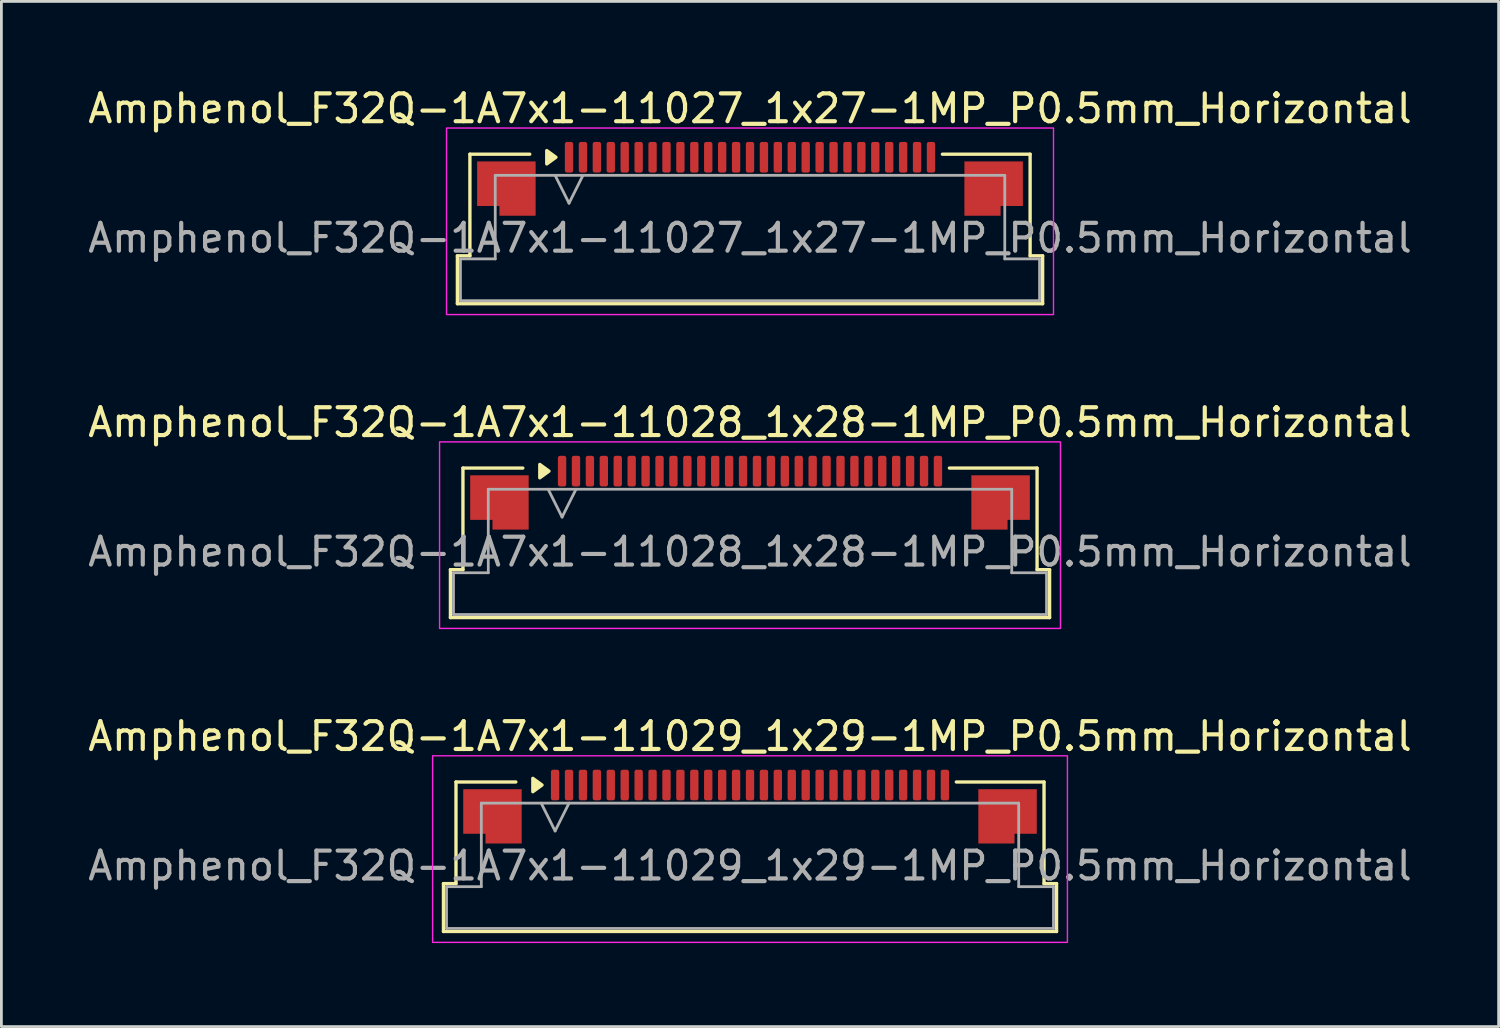
<source format=kicad_pcb>
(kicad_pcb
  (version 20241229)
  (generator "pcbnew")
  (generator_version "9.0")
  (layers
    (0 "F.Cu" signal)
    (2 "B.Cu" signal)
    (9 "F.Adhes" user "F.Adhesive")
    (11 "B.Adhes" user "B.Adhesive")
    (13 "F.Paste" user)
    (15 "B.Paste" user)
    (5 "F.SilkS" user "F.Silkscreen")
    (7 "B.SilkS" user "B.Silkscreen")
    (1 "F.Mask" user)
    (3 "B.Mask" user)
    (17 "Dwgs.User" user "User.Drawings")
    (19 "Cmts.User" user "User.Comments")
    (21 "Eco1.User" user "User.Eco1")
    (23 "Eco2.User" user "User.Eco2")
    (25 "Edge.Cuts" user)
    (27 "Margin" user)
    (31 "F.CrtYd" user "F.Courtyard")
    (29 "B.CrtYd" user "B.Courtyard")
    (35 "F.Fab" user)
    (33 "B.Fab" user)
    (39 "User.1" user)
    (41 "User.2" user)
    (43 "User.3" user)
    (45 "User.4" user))
  (footprint "Amphenol_F32Q-1A7x1-11027_1x27-1MP_P0.5mm_Horizontal"
    (layer "F.Cu")
    (at 23.887 5.498)
    (property "Reference" "Amphenol_F32Q-1A7x1-11027_1x27-1MP_P0.5mm_Horizontal" (at 0 -4.65 0) (layer "F.SilkS") (effects (font (size 1 1) (thickness 0.15))))
    (attr smd)
    (fp_line (start -10.51 0.64) (end -10.06 0.64) (stroke (width 0.12) (type solid)) (layer "F.SilkS"))
    (fp_line (start -10.51 2.36) (end -10.51 0.64) (stroke (width 0.12) (type solid)) (layer "F.SilkS"))
    (fp_line (start -10.06 -3.01) (end -7.91 -3.01) (stroke (width 0.12) (type solid)) (layer "F.SilkS"))
    (fp_line (start -10.06 0.64) (end -10.06 -3.01) (stroke (width 0.12) (type solid)) (layer "F.SilkS"))
    (fp_line (start 6.91 -3.01) (end 10.06 -3.01) (stroke (width 0.12) (type solid)) (layer "F.SilkS"))
    (fp_line (start 10.06 -3.01) (end 10.06 0.64) (stroke (width 0.12) (type solid)) (layer "F.SilkS"))
    (fp_line (start 10.06 0.64) (end 10.51 0.64) (stroke (width 0.12) (type solid)) (layer "F.SilkS"))
    (fp_line (start 10.51 0.64) (end 10.51 2.36) (stroke (width 0.12) (type solid)) (layer "F.SilkS"))
    (fp_line (start 10.51 2.36) (end -10.51 2.36) (stroke (width 0.12) (type solid)) (layer "F.SilkS"))
    (fp_poly (pts (xy -6.97 -2.9) (xy -7.3 -2.66) (xy -7.3 -3.14)) (stroke (width 0.12) (type solid)) (fill yes) (layer "F.SilkS"))
    (fp_rect (start -10.9 -3.95) (end 10.9 2.75) (stroke (width 0.05) (type solid)) (fill no) (layer "F.CrtYd"))
    (fp_line (start -10.4 0.75) (end -9.15 0.75) (stroke (width 0.1) (type solid)) (layer "F.Fab"))
    (fp_line (start -10.4 2.25) (end -10.4 0.75) (stroke (width 0.1) (type solid)) (layer "F.Fab"))
    (fp_line (start -9.15 -2.25) (end 9.15 -2.25) (stroke (width 0.1) (type solid)) (layer "F.Fab"))
    (fp_line (start -9.15 0.75) (end -9.15 -2.25) (stroke (width 0.1) (type solid)) (layer "F.Fab"))
    (fp_line (start -7 -2.25) (end -6.5 -1.25) (stroke (width 0.1) (type solid)) (layer "F.Fab"))
    (fp_line (start -6.5 -1.25) (end -6 -2.25) (stroke (width 0.1) (type solid)) (layer "F.Fab"))
    (fp_line (start 9.15 -2.25) (end 9.15 0.75) (stroke (width 0.1) (type solid)) (layer "F.Fab"))
    (fp_line (start 9.15 0.75) (end 10.4 0.75) (stroke (width 0.1) (type solid)) (layer "F.Fab"))
    (fp_line (start 10.4 0.75) (end 10.4 2.25) (stroke (width 0.1) (type solid)) (layer "F.Fab"))
    (fp_line (start 10.4 2.25) (end -10.4 2.25) (stroke (width 0.1) (type solid)) (layer "F.Fab"))
    (fp_text user "${REFERENCE}" (at 0 0 0) (layer "F.Fab") (effects (font (size 1 1) (thickness 0.15))))
    (pad "1" smd roundrect (at -6.5 -2.9) (size 0.3 1.1) (layers "F.Cu" "F.Mask" "F.Paste") (roundrect_rratio 0.25))
    (pad "2" smd roundrect (at -6 -2.9) (size 0.3 1.1) (layers "F.Cu" "F.Mask" "F.Paste") (roundrect_rratio 0.25))
    (pad "3" smd roundrect (at -5.5 -2.9) (size 0.3 1.1) (layers "F.Cu" "F.Mask" "F.Paste") (roundrect_rratio 0.25))
    (pad "4" smd roundrect (at -5 -2.9) (size 0.3 1.1) (layers "F.Cu" "F.Mask" "F.Paste") (roundrect_rratio 0.25))
    (pad "5" smd roundrect (at -4.5 -2.9) (size 0.3 1.1) (layers "F.Cu" "F.Mask" "F.Paste") (roundrect_rratio 0.25))
    (pad "6" smd roundrect (at -4 -2.9) (size 0.3 1.1) (layers "F.Cu" "F.Mask" "F.Paste") (roundrect_rratio 0.25))
    (pad "7" smd roundrect (at -3.5 -2.9) (size 0.3 1.1) (layers "F.Cu" "F.Mask" "F.Paste") (roundrect_rratio 0.25))
    (pad "8" smd roundrect (at -3 -2.9) (size 0.3 1.1) (layers "F.Cu" "F.Mask" "F.Paste") (roundrect_rratio 0.25))
    (pad "9" smd roundrect (at -2.5 -2.9) (size 0.3 1.1) (layers "F.Cu" "F.Mask" "F.Paste") (roundrect_rratio 0.25))
    (pad "10" smd roundrect (at -2 -2.9) (size 0.3 1.1) (layers "F.Cu" "F.Mask" "F.Paste") (roundrect_rratio 0.25))
    (pad "11" smd roundrect (at -1.5 -2.9) (size 0.3 1.1) (layers "F.Cu" "F.Mask" "F.Paste") (roundrect_rratio 0.25))
    (pad "12" smd roundrect (at -1 -2.9) (size 0.3 1.1) (layers "F.Cu" "F.Mask" "F.Paste") (roundrect_rratio 0.25))
    (pad "13" smd roundrect (at -0.5 -2.9) (size 0.3 1.1) (layers "F.Cu" "F.Mask" "F.Paste") (roundrect_rratio 0.25))
    (pad "14" smd roundrect (at 0 -2.9) (size 0.3 1.1) (layers "F.Cu" "F.Mask" "F.Paste") (roundrect_rratio 0.25))
    (pad "15" smd roundrect (at 0.5 -2.9) (size 0.3 1.1) (layers "F.Cu" "F.Mask" "F.Paste") (roundrect_rratio 0.25))
    (pad "16" smd roundrect (at 1 -2.9) (size 0.3 1.1) (layers "F.Cu" "F.Mask" "F.Paste") (roundrect_rratio 0.25))
    (pad "17" smd roundrect (at 1.5 -2.9) (size 0.3 1.1) (layers "F.Cu" "F.Mask" "F.Paste") (roundrect_rratio 0.25))
    (pad "18" smd roundrect (at 2 -2.9) (size 0.3 1.1) (layers "F.Cu" "F.Mask" "F.Paste") (roundrect_rratio 0.25))
    (pad "19" smd roundrect (at 2.5 -2.9) (size 0.3 1.1) (layers "F.Cu" "F.Mask" "F.Paste") (roundrect_rratio 0.25))
    (pad "20" smd roundrect (at 3 -2.9) (size 0.3 1.1) (layers "F.Cu" "F.Mask" "F.Paste") (roundrect_rratio 0.25))
    (pad "21" smd roundrect (at 3.5 -2.9) (size 0.3 1.1) (layers "F.Cu" "F.Mask" "F.Paste") (roundrect_rratio 0.25))
    (pad "22" smd roundrect (at 4 -2.9) (size 0.3 1.1) (layers "F.Cu" "F.Mask" "F.Paste") (roundrect_rratio 0.25))
    (pad "23" smd roundrect (at 4.5 -2.9) (size 0.3 1.1) (layers "F.Cu" "F.Mask" "F.Paste") (roundrect_rratio 0.25))
    (pad "24" smd roundrect (at 5 -2.9) (size 0.3 1.1) (layers "F.Cu" "F.Mask" "F.Paste") (roundrect_rratio 0.25))
    (pad "25" smd roundrect (at 5.5 -2.9) (size 0.3 1.1) (layers "F.Cu" "F.Mask" "F.Paste") (roundrect_rratio 0.25))
    (pad "26" smd roundrect (at 6 -2.9) (size 0.3 1.1) (layers "F.Cu" "F.Mask" "F.Paste") (roundrect_rratio 0.25))
    (pad "27" smd roundrect (at 6.5 -2.9) (size 0.3 1.1) (layers "F.Cu" "F.Mask" "F.Paste") (roundrect_rratio 0.25))
    (pad "MP" smd custom (at -8.75 -1.775) (size 1 1) (layers "F.Cu" "F.Mask" "F.Paste") (options (anchor circle)) (primitives (gr_poly (pts (xy 1.05 -0.975) (xy 1.05 0.975) (xy -0.25 0.975) (xy -0.25 0.625) (xy -1.05 0.625) (xy -1.05 -0.975)) (width 0) (fill yes))))
    (pad "MP" smd custom (at 8.75 -1.775) (size 1 1) (layers "F.Cu" "F.Mask" "F.Paste") (options (anchor circle)) (primitives (gr_poly (pts (xy -1.05 -0.975) (xy -1.05 0.975) (xy 0.25 0.975) (xy 0.25 0.625) (xy 1.05 0.625) (xy 1.05 -0.975)) (width 0) (fill yes)))))
  (footprint "Amphenol_F32Q-1A7x1-11028_1x28-1MP_P0.5mm_Horizontal"
    (layer "F.Cu")
    (at 23.887 16.771)
    (property "Reference" "Amphenol_F32Q-1A7x1-11028_1x28-1MP_P0.5mm_Horizontal" (at 0 -4.65 0) (layer "F.SilkS") (effects (font (size 1 1) (thickness 0.15))))
    (attr smd)
    (fp_line (start -10.76 0.64) (end -10.31 0.64) (stroke (width 0.12) (type solid)) (layer "F.SilkS"))
    (fp_line (start -10.76 2.36) (end -10.76 0.64) (stroke (width 0.12) (type solid)) (layer "F.SilkS"))
    (fp_line (start -10.31 -3.01) (end -8.16 -3.01) (stroke (width 0.12) (type solid)) (layer "F.SilkS"))
    (fp_line (start -10.31 0.64) (end -10.31 -3.01) (stroke (width 0.12) (type solid)) (layer "F.SilkS"))
    (fp_line (start 7.16 -3.01) (end 10.31 -3.01) (stroke (width 0.12) (type solid)) (layer "F.SilkS"))
    (fp_line (start 10.31 -3.01) (end 10.31 0.64) (stroke (width 0.12) (type solid)) (layer "F.SilkS"))
    (fp_line (start 10.31 0.64) (end 10.76 0.64) (stroke (width 0.12) (type solid)) (layer "F.SilkS"))
    (fp_line (start 10.76 0.64) (end 10.76 2.36) (stroke (width 0.12) (type solid)) (layer "F.SilkS"))
    (fp_line (start 10.76 2.36) (end -10.76 2.36) (stroke (width 0.12) (type solid)) (layer "F.SilkS"))
    (fp_poly (pts (xy -7.22 -2.9) (xy -7.55 -2.66) (xy -7.55 -3.14)) (stroke (width 0.12) (type solid)) (fill yes) (layer "F.SilkS"))
    (fp_rect (start -11.15 -3.95) (end 11.15 2.75) (stroke (width 0.05) (type solid)) (fill no) (layer "F.CrtYd"))
    (fp_line (start -10.65 0.75) (end -9.4 0.75) (stroke (width 0.1) (type solid)) (layer "F.Fab"))
    (fp_line (start -10.65 2.25) (end -10.65 0.75) (stroke (width 0.1) (type solid)) (layer "F.Fab"))
    (fp_line (start -9.4 -2.25) (end 9.4 -2.25) (stroke (width 0.1) (type solid)) (layer "F.Fab"))
    (fp_line (start -9.4 0.75) (end -9.4 -2.25) (stroke (width 0.1) (type solid)) (layer "F.Fab"))
    (fp_line (start -7.25 -2.25) (end -6.75 -1.25) (stroke (width 0.1) (type solid)) (layer "F.Fab"))
    (fp_line (start -6.75 -1.25) (end -6.25 -2.25) (stroke (width 0.1) (type solid)) (layer "F.Fab"))
    (fp_line (start 9.4 -2.25) (end 9.4 0.75) (stroke (width 0.1) (type solid)) (layer "F.Fab"))
    (fp_line (start 9.4 0.75) (end 10.65 0.75) (stroke (width 0.1) (type solid)) (layer "F.Fab"))
    (fp_line (start 10.65 0.75) (end 10.65 2.25) (stroke (width 0.1) (type solid)) (layer "F.Fab"))
    (fp_line (start 10.65 2.25) (end -10.65 2.25) (stroke (width 0.1) (type solid)) (layer "F.Fab"))
    (fp_text user "${REFERENCE}" (at 0 0 0) (layer "F.Fab") (effects (font (size 1 1) (thickness 0.15))))
    (pad "1" smd roundrect (at -6.75 -2.9) (size 0.3 1.1) (layers "F.Cu" "F.Mask" "F.Paste") (roundrect_rratio 0.25))
    (pad "2" smd roundrect (at -6.25 -2.9) (size 0.3 1.1) (layers "F.Cu" "F.Mask" "F.Paste") (roundrect_rratio 0.25))
    (pad "3" smd roundrect (at -5.75 -2.9) (size 0.3 1.1) (layers "F.Cu" "F.Mask" "F.Paste") (roundrect_rratio 0.25))
    (pad "4" smd roundrect (at -5.25 -2.9) (size 0.3 1.1) (layers "F.Cu" "F.Mask" "F.Paste") (roundrect_rratio 0.25))
    (pad "5" smd roundrect (at -4.75 -2.9) (size 0.3 1.1) (layers "F.Cu" "F.Mask" "F.Paste") (roundrect_rratio 0.25))
    (pad "6" smd roundrect (at -4.25 -2.9) (size 0.3 1.1) (layers "F.Cu" "F.Mask" "F.Paste") (roundrect_rratio 0.25))
    (pad "7" smd roundrect (at -3.75 -2.9) (size 0.3 1.1) (layers "F.Cu" "F.Mask" "F.Paste") (roundrect_rratio 0.25))
    (pad "8" smd roundrect (at -3.25 -2.9) (size 0.3 1.1) (layers "F.Cu" "F.Mask" "F.Paste") (roundrect_rratio 0.25))
    (pad "9" smd roundrect (at -2.75 -2.9) (size 0.3 1.1) (layers "F.Cu" "F.Mask" "F.Paste") (roundrect_rratio 0.25))
    (pad "10" smd roundrect (at -2.25 -2.9) (size 0.3 1.1) (layers "F.Cu" "F.Mask" "F.Paste") (roundrect_rratio 0.25))
    (pad "11" smd roundrect (at -1.75 -2.9) (size 0.3 1.1) (layers "F.Cu" "F.Mask" "F.Paste") (roundrect_rratio 0.25))
    (pad "12" smd roundrect (at -1.25 -2.9) (size 0.3 1.1) (layers "F.Cu" "F.Mask" "F.Paste") (roundrect_rratio 0.25))
    (pad "13" smd roundrect (at -0.75 -2.9) (size 0.3 1.1) (layers "F.Cu" "F.Mask" "F.Paste") (roundrect_rratio 0.25))
    (pad "14" smd roundrect (at -0.25 -2.9) (size 0.3 1.1) (layers "F.Cu" "F.Mask" "F.Paste") (roundrect_rratio 0.25))
    (pad "15" smd roundrect (at 0.25 -2.9) (size 0.3 1.1) (layers "F.Cu" "F.Mask" "F.Paste") (roundrect_rratio 0.25))
    (pad "16" smd roundrect (at 0.75 -2.9) (size 0.3 1.1) (layers "F.Cu" "F.Mask" "F.Paste") (roundrect_rratio 0.25))
    (pad "17" smd roundrect (at 1.25 -2.9) (size 0.3 1.1) (layers "F.Cu" "F.Mask" "F.Paste") (roundrect_rratio 0.25))
    (pad "18" smd roundrect (at 1.75 -2.9) (size 0.3 1.1) (layers "F.Cu" "F.Mask" "F.Paste") (roundrect_rratio 0.25))
    (pad "19" smd roundrect (at 2.25 -2.9) (size 0.3 1.1) (layers "F.Cu" "F.Mask" "F.Paste") (roundrect_rratio 0.25))
    (pad "20" smd roundrect (at 2.75 -2.9) (size 0.3 1.1) (layers "F.Cu" "F.Mask" "F.Paste") (roundrect_rratio 0.25))
    (pad "21" smd roundrect (at 3.25 -2.9) (size 0.3 1.1) (layers "F.Cu" "F.Mask" "F.Paste") (roundrect_rratio 0.25))
    (pad "22" smd roundrect (at 3.75 -2.9) (size 0.3 1.1) (layers "F.Cu" "F.Mask" "F.Paste") (roundrect_rratio 0.25))
    (pad "23" smd roundrect (at 4.25 -2.9) (size 0.3 1.1) (layers "F.Cu" "F.Mask" "F.Paste") (roundrect_rratio 0.25))
    (pad "24" smd roundrect (at 4.75 -2.9) (size 0.3 1.1) (layers "F.Cu" "F.Mask" "F.Paste") (roundrect_rratio 0.25))
    (pad "25" smd roundrect (at 5.25 -2.9) (size 0.3 1.1) (layers "F.Cu" "F.Mask" "F.Paste") (roundrect_rratio 0.25))
    (pad "26" smd roundrect (at 5.75 -2.9) (size 0.3 1.1) (layers "F.Cu" "F.Mask" "F.Paste") (roundrect_rratio 0.25))
    (pad "27" smd roundrect (at 6.25 -2.9) (size 0.3 1.1) (layers "F.Cu" "F.Mask" "F.Paste") (roundrect_rratio 0.25))
    (pad "28" smd roundrect (at 6.75 -2.9) (size 0.3 1.1) (layers "F.Cu" "F.Mask" "F.Paste") (roundrect_rratio 0.25))
    (pad "MP" smd custom (at -9 -1.775) (size 1 1) (layers "F.Cu" "F.Mask" "F.Paste") (options (anchor circle)) (primitives (gr_poly (pts (xy 1.05 -0.975) (xy 1.05 0.975) (xy -0.25 0.975) (xy -0.25 0.625) (xy -1.05 0.625) (xy -1.05 -0.975)) (width 0) (fill yes))))
    (pad "MP" smd custom (at 9 -1.775) (size 1 1) (layers "F.Cu" "F.Mask" "F.Paste") (options (anchor circle)) (primitives (gr_poly (pts (xy -1.05 -0.975) (xy -1.05 0.975) (xy 0.25 0.975) (xy 0.25 0.625) (xy 1.05 0.625) (xy 1.05 -0.975)) (width 0) (fill yes)))))
  (footprint "Amphenol_F32Q-1A7x1-11029_1x29-1MP_P0.5mm_Horizontal"
    (layer "F.Cu")
    (at 23.887 28.045)
    (property "Reference" "Amphenol_F32Q-1A7x1-11029_1x29-1MP_P0.5mm_Horizontal" (at 0 -4.65 0) (layer "F.SilkS") (effects (font (size 1 1) (thickness 0.15))))
    (attr smd)
    (fp_line (start -11.01 0.64) (end -10.56 0.64) (stroke (width 0.12) (type solid)) (layer "F.SilkS"))
    (fp_line (start -11.01 2.36) (end -11.01 0.64) (stroke (width 0.12) (type solid)) (layer "F.SilkS"))
    (fp_line (start -10.56 -3.01) (end -8.41 -3.01) (stroke (width 0.12) (type solid)) (layer "F.SilkS"))
    (fp_line (start -10.56 0.64) (end -10.56 -3.01) (stroke (width 0.12) (type solid)) (layer "F.SilkS"))
    (fp_line (start 7.41 -3.01) (end 10.56 -3.01) (stroke (width 0.12) (type solid)) (layer "F.SilkS"))
    (fp_line (start 10.56 -3.01) (end 10.56 0.64) (stroke (width 0.12) (type solid)) (layer "F.SilkS"))
    (fp_line (start 10.56 0.64) (end 11.01 0.64) (stroke (width 0.12) (type solid)) (layer "F.SilkS"))
    (fp_line (start 11.01 0.64) (end 11.01 2.36) (stroke (width 0.12) (type solid)) (layer "F.SilkS"))
    (fp_line (start 11.01 2.36) (end -11.01 2.36) (stroke (width 0.12) (type solid)) (layer "F.SilkS"))
    (fp_poly (pts (xy -7.47 -2.9) (xy -7.8 -2.66) (xy -7.8 -3.14)) (stroke (width 0.12) (type solid)) (fill yes) (layer "F.SilkS"))
    (fp_rect (start -11.4 -3.95) (end 11.4 2.75) (stroke (width 0.05) (type solid)) (fill no) (layer "F.CrtYd"))
    (fp_line (start -10.9 0.75) (end -9.65 0.75) (stroke (width 0.1) (type solid)) (layer "F.Fab"))
    (fp_line (start -10.9 2.25) (end -10.9 0.75) (stroke (width 0.1) (type solid)) (layer "F.Fab"))
    (fp_line (start -9.65 -2.25) (end 9.65 -2.25) (stroke (width 0.1) (type solid)) (layer "F.Fab"))
    (fp_line (start -9.65 0.75) (end -9.65 -2.25) (stroke (width 0.1) (type solid)) (layer "F.Fab"))
    (fp_line (start -7.5 -2.25) (end -7 -1.25) (stroke (width 0.1) (type solid)) (layer "F.Fab"))
    (fp_line (start -7 -1.25) (end -6.5 -2.25) (stroke (width 0.1) (type solid)) (layer "F.Fab"))
    (fp_line (start 9.65 -2.25) (end 9.65 0.75) (stroke (width 0.1) (type solid)) (layer "F.Fab"))
    (fp_line (start 9.65 0.75) (end 10.9 0.75) (stroke (width 0.1) (type solid)) (layer "F.Fab"))
    (fp_line (start 10.9 0.75) (end 10.9 2.25) (stroke (width 0.1) (type solid)) (layer "F.Fab"))
    (fp_line (start 10.9 2.25) (end -10.9 2.25) (stroke (width 0.1) (type solid)) (layer "F.Fab"))
    (fp_text user "${REFERENCE}" (at 0 0 0) (layer "F.Fab") (effects (font (size 1 1) (thickness 0.15))))
    (pad "1" smd roundrect (at -7 -2.9) (size 0.3 1.1) (layers "F.Cu" "F.Mask" "F.Paste") (roundrect_rratio 0.25))
    (pad "2" smd roundrect (at -6.5 -2.9) (size 0.3 1.1) (layers "F.Cu" "F.Mask" "F.Paste") (roundrect_rratio 0.25))
    (pad "3" smd roundrect (at -6 -2.9) (size 0.3 1.1) (layers "F.Cu" "F.Mask" "F.Paste") (roundrect_rratio 0.25))
    (pad "4" smd roundrect (at -5.5 -2.9) (size 0.3 1.1) (layers "F.Cu" "F.Mask" "F.Paste") (roundrect_rratio 0.25))
    (pad "5" smd roundrect (at -5 -2.9) (size 0.3 1.1) (layers "F.Cu" "F.Mask" "F.Paste") (roundrect_rratio 0.25))
    (pad "6" smd roundrect (at -4.5 -2.9) (size 0.3 1.1) (layers "F.Cu" "F.Mask" "F.Paste") (roundrect_rratio 0.25))
    (pad "7" smd roundrect (at -4 -2.9) (size 0.3 1.1) (layers "F.Cu" "F.Mask" "F.Paste") (roundrect_rratio 0.25))
    (pad "8" smd roundrect (at -3.5 -2.9) (size 0.3 1.1) (layers "F.Cu" "F.Mask" "F.Paste") (roundrect_rratio 0.25))
    (pad "9" smd roundrect (at -3 -2.9) (size 0.3 1.1) (layers "F.Cu" "F.Mask" "F.Paste") (roundrect_rratio 0.25))
    (pad "10" smd roundrect (at -2.5 -2.9) (size 0.3 1.1) (layers "F.Cu" "F.Mask" "F.Paste") (roundrect_rratio 0.25))
    (pad "11" smd roundrect (at -2 -2.9) (size 0.3 1.1) (layers "F.Cu" "F.Mask" "F.Paste") (roundrect_rratio 0.25))
    (pad "12" smd roundrect (at -1.5 -2.9) (size 0.3 1.1) (layers "F.Cu" "F.Mask" "F.Paste") (roundrect_rratio 0.25))
    (pad "13" smd roundrect (at -1 -2.9) (size 0.3 1.1) (layers "F.Cu" "F.Mask" "F.Paste") (roundrect_rratio 0.25))
    (pad "14" smd roundrect (at -0.5 -2.9) (size 0.3 1.1) (layers "F.Cu" "F.Mask" "F.Paste") (roundrect_rratio 0.25))
    (pad "15" smd roundrect (at 0 -2.9) (size 0.3 1.1) (layers "F.Cu" "F.Mask" "F.Paste") (roundrect_rratio 0.25))
    (pad "16" smd roundrect (at 0.5 -2.9) (size 0.3 1.1) (layers "F.Cu" "F.Mask" "F.Paste") (roundrect_rratio 0.25))
    (pad "17" smd roundrect (at 1 -2.9) (size 0.3 1.1) (layers "F.Cu" "F.Mask" "F.Paste") (roundrect_rratio 0.25))
    (pad "18" smd roundrect (at 1.5 -2.9) (size 0.3 1.1) (layers "F.Cu" "F.Mask" "F.Paste") (roundrect_rratio 0.25))
    (pad "19" smd roundrect (at 2 -2.9) (size 0.3 1.1) (layers "F.Cu" "F.Mask" "F.Paste") (roundrect_rratio 0.25))
    (pad "20" smd roundrect (at 2.5 -2.9) (size 0.3 1.1) (layers "F.Cu" "F.Mask" "F.Paste") (roundrect_rratio 0.25))
    (pad "21" smd roundrect (at 3 -2.9) (size 0.3 1.1) (layers "F.Cu" "F.Mask" "F.Paste") (roundrect_rratio 0.25))
    (pad "22" smd roundrect (at 3.5 -2.9) (size 0.3 1.1) (layers "F.Cu" "F.Mask" "F.Paste") (roundrect_rratio 0.25))
    (pad "23" smd roundrect (at 4 -2.9) (size 0.3 1.1) (layers "F.Cu" "F.Mask" "F.Paste") (roundrect_rratio 0.25))
    (pad "24" smd roundrect (at 4.5 -2.9) (size 0.3 1.1) (layers "F.Cu" "F.Mask" "F.Paste") (roundrect_rratio 0.25))
    (pad "25" smd roundrect (at 5 -2.9) (size 0.3 1.1) (layers "F.Cu" "F.Mask" "F.Paste") (roundrect_rratio 0.25))
    (pad "26" smd roundrect (at 5.5 -2.9) (size 0.3 1.1) (layers "F.Cu" "F.Mask" "F.Paste") (roundrect_rratio 0.25))
    (pad "27" smd roundrect (at 6 -2.9) (size 0.3 1.1) (layers "F.Cu" "F.Mask" "F.Paste") (roundrect_rratio 0.25))
    (pad "28" smd roundrect (at 6.5 -2.9) (size 0.3 1.1) (layers "F.Cu" "F.Mask" "F.Paste") (roundrect_rratio 0.25))
    (pad "29" smd roundrect (at 7 -2.9) (size 0.3 1.1) (layers "F.Cu" "F.Mask" "F.Paste") (roundrect_rratio 0.25))
    (pad "MP" smd custom (at -9.25 -1.775) (size 1 1) (layers "F.Cu" "F.Mask" "F.Paste") (options (anchor circle)) (primitives (gr_poly (pts (xy 1.05 -0.975) (xy 1.05 0.975) (xy -0.25 0.975) (xy -0.25 0.625) (xy -1.05 0.625) (xy -1.05 -0.975)) (width 0) (fill yes))))
    (pad "MP" smd custom (at 9.25 -1.775) (size 1 1) (layers "F.Cu" "F.Mask" "F.Paste") (options (anchor circle)) (primitives (gr_poly (pts (xy -1.05 -0.975) (xy -1.05 0.975) (xy 0.25 0.975) (xy 0.25 0.625) (xy 1.05 0.625) (xy 1.05 -0.975)) (width 0) (fill yes)))))
  (gr_rect
    (start -3 -3)
    (end 50.774 33.82)
    (stroke (width 0.1) (type default))
    (fill no)
    (layer "Edge.Cuts")))
</source>
